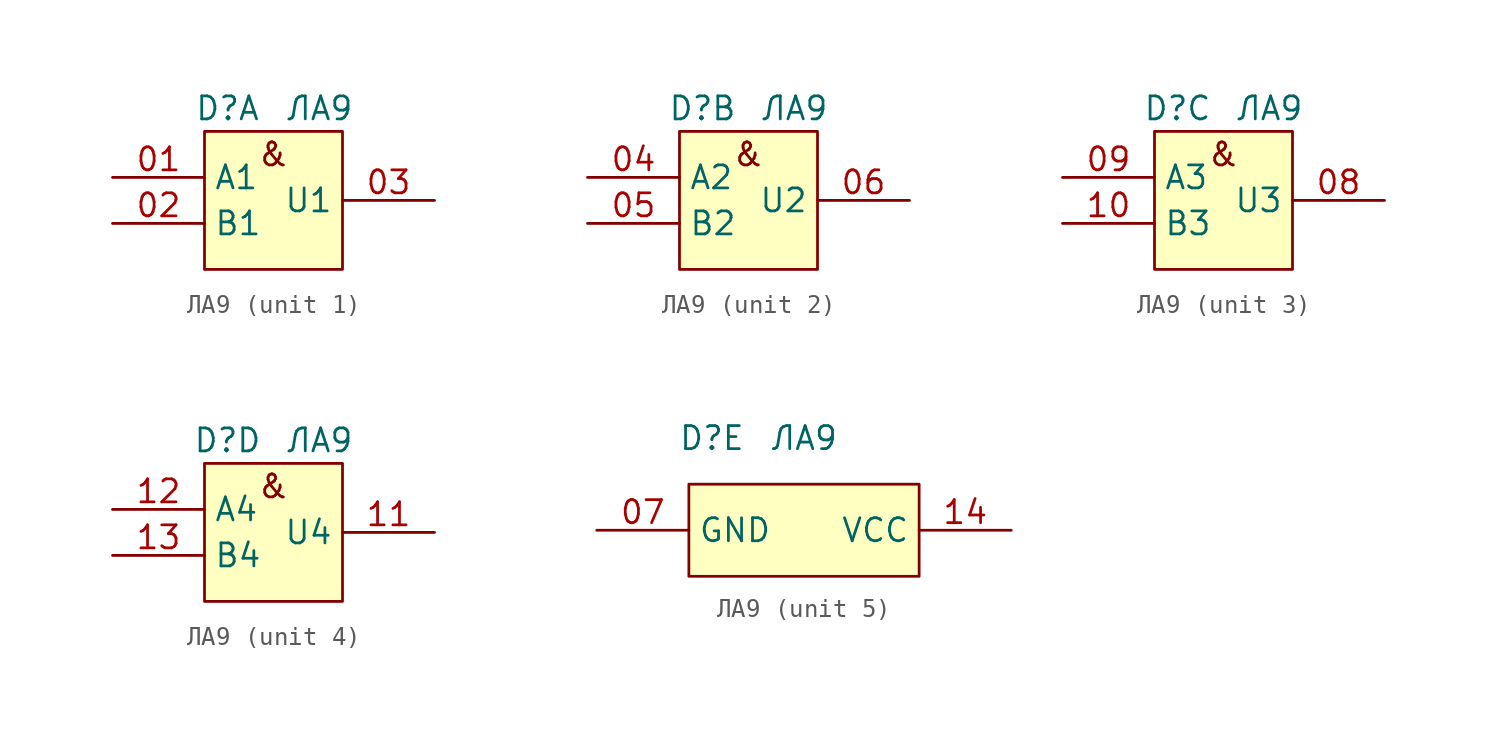
<source format=kicad_sym>
(kicad_symbol_lib
  (version 20231120)
  (generator "kicad_symbol_editor")
  (generator_version "8.0")
  (symbol "ЛА9"
    (property "Reference" "D"
      (at -2.54 -5.08 0)
      (effects (font (size 1.27 1.27))))
    (property "Value" "ЛА9"
      (at 2.54 -5.08 0)
      (effects (font (size 1.27 1.27))))
    (property "ki_locked" ""
      (at 0 0 0)
      (effects (font (size 1.27 1.27))))
    (symbol "ЛА9_1_0"
      (rectangle (start -3.81 -6.35) (end 3.81 -13.97) (stroke (width 0) (type default)) (fill (type background))))
    (symbol "ЛА9_1_1"
      (text "&" (at 0 -7.62 0) (effects (font (size 1.27 1.27))))
      (pin input line (at -8.89 -8.89 0) (length 5.08) (name "A1" (effects (font (size 1.27 1.27)))) (number "01" (effects (font (size 1.27 1.27)))))
      (pin input line (at -8.89 -11.43 0) (length 5.08) (name "B1" (effects (font (size 1.27 1.27)))) (number "02" (effects (font (size 1.27 1.27)))))
      (pin open_collector line (at 8.89 -10.16 180) (length 5.08) (name "U1" (effects (font (size 1.27 1.27)))) (number "03" (effects (font (size 1.27 1.27))))))
    (symbol "ЛА9_2_0"
      (rectangle (start -3.81 -6.35) (end 3.81 -13.97) (stroke (width 0) (type default)) (fill (type background))))
    (symbol "ЛА9_2_1"
      (text "&" (at 0 -7.62 0) (effects (font (size 1.27 1.27))))
      (pin input line (at -8.89 -8.89 0) (length 5.08) (name "A2" (effects (font (size 1.27 1.27)))) (number "04" (effects (font (size 1.27 1.27)))))
      (pin input line (at -8.89 -11.43 0) (length 5.08) (name "B2" (effects (font (size 1.27 1.27)))) (number "05" (effects (font (size 1.27 1.27)))))
      (pin output line (at 8.89 -10.16 180) (length 5.08) (name "U2" (effects (font (size 1.27 1.27)))) (number "06" (effects (font (size 1.27 1.27))))))
    (symbol "ЛА9_3_0"
      (rectangle (start -3.81 -6.35) (end 3.81 -13.97) (stroke (width 0) (type default)) (fill (type background))))
    (symbol "ЛА9_3_1"
      (text "&" (at 0 -7.62 0) (effects (font (size 1.27 1.27))))
      (pin output line (at 8.89 -10.16 180) (length 5.08) (name "U3" (effects (font (size 1.27 1.27)))) (number "08" (effects (font (size 1.27 1.27)))))
      (pin input line (at -8.89 -8.89 0) (length 5.08) (name "A3" (effects (font (size 1.27 1.27)))) (number "09" (effects (font (size 1.27 1.27)))))
      (pin input line (at -8.89 -11.43 0) (length 5.08) (name "B3" (effects (font (size 1.27 1.27)))) (number "10" (effects (font (size 1.27 1.27))))))
    (symbol "ЛА9_4_0"
      (rectangle (start -3.81 -6.35) (end 3.81 -13.97) (stroke (width 0) (type default)) (fill (type background))))
    (symbol "ЛА9_4_1"
      (text "&" (at 0 -7.62 0) (effects (font (size 1.27 1.27))))
      (pin output line (at 8.89 -10.16 180) (length 5.08) (name "U4" (effects (font (size 1.27 1.27)))) (number "11" (effects (font (size 1.27 1.27)))))
      (pin input line (at -8.89 -8.89 0) (length 5.08) (name "A4" (effects (font (size 1.27 1.27)))) (number "12" (effects (font (size 1.27 1.27)))))
      (pin input line (at -8.89 -11.43 0) (length 5.08) (name "B4" (effects (font (size 1.27 1.27)))) (number "13" (effects (font (size 1.27 1.27))))))
    (symbol "ЛА9_5_1"
      (rectangle (start -3.81 -7.62) (end 8.89 -12.7) (stroke (width 0) (type default)) (fill (type background)))
      (pin input line (at -8.89 -10.16 0) (length 5.08) (name "GND" (effects (font (size 1.27 1.27)))) (number "07" (effects (font (size 1.27 1.27)))))
      (pin input line (at 13.97 -10.16 180) (length 5.08) (name "VCC" (effects (font (size 1.27 1.27)))) (number "14" (effects (font (size 1.27 1.27))))))))
</source>
